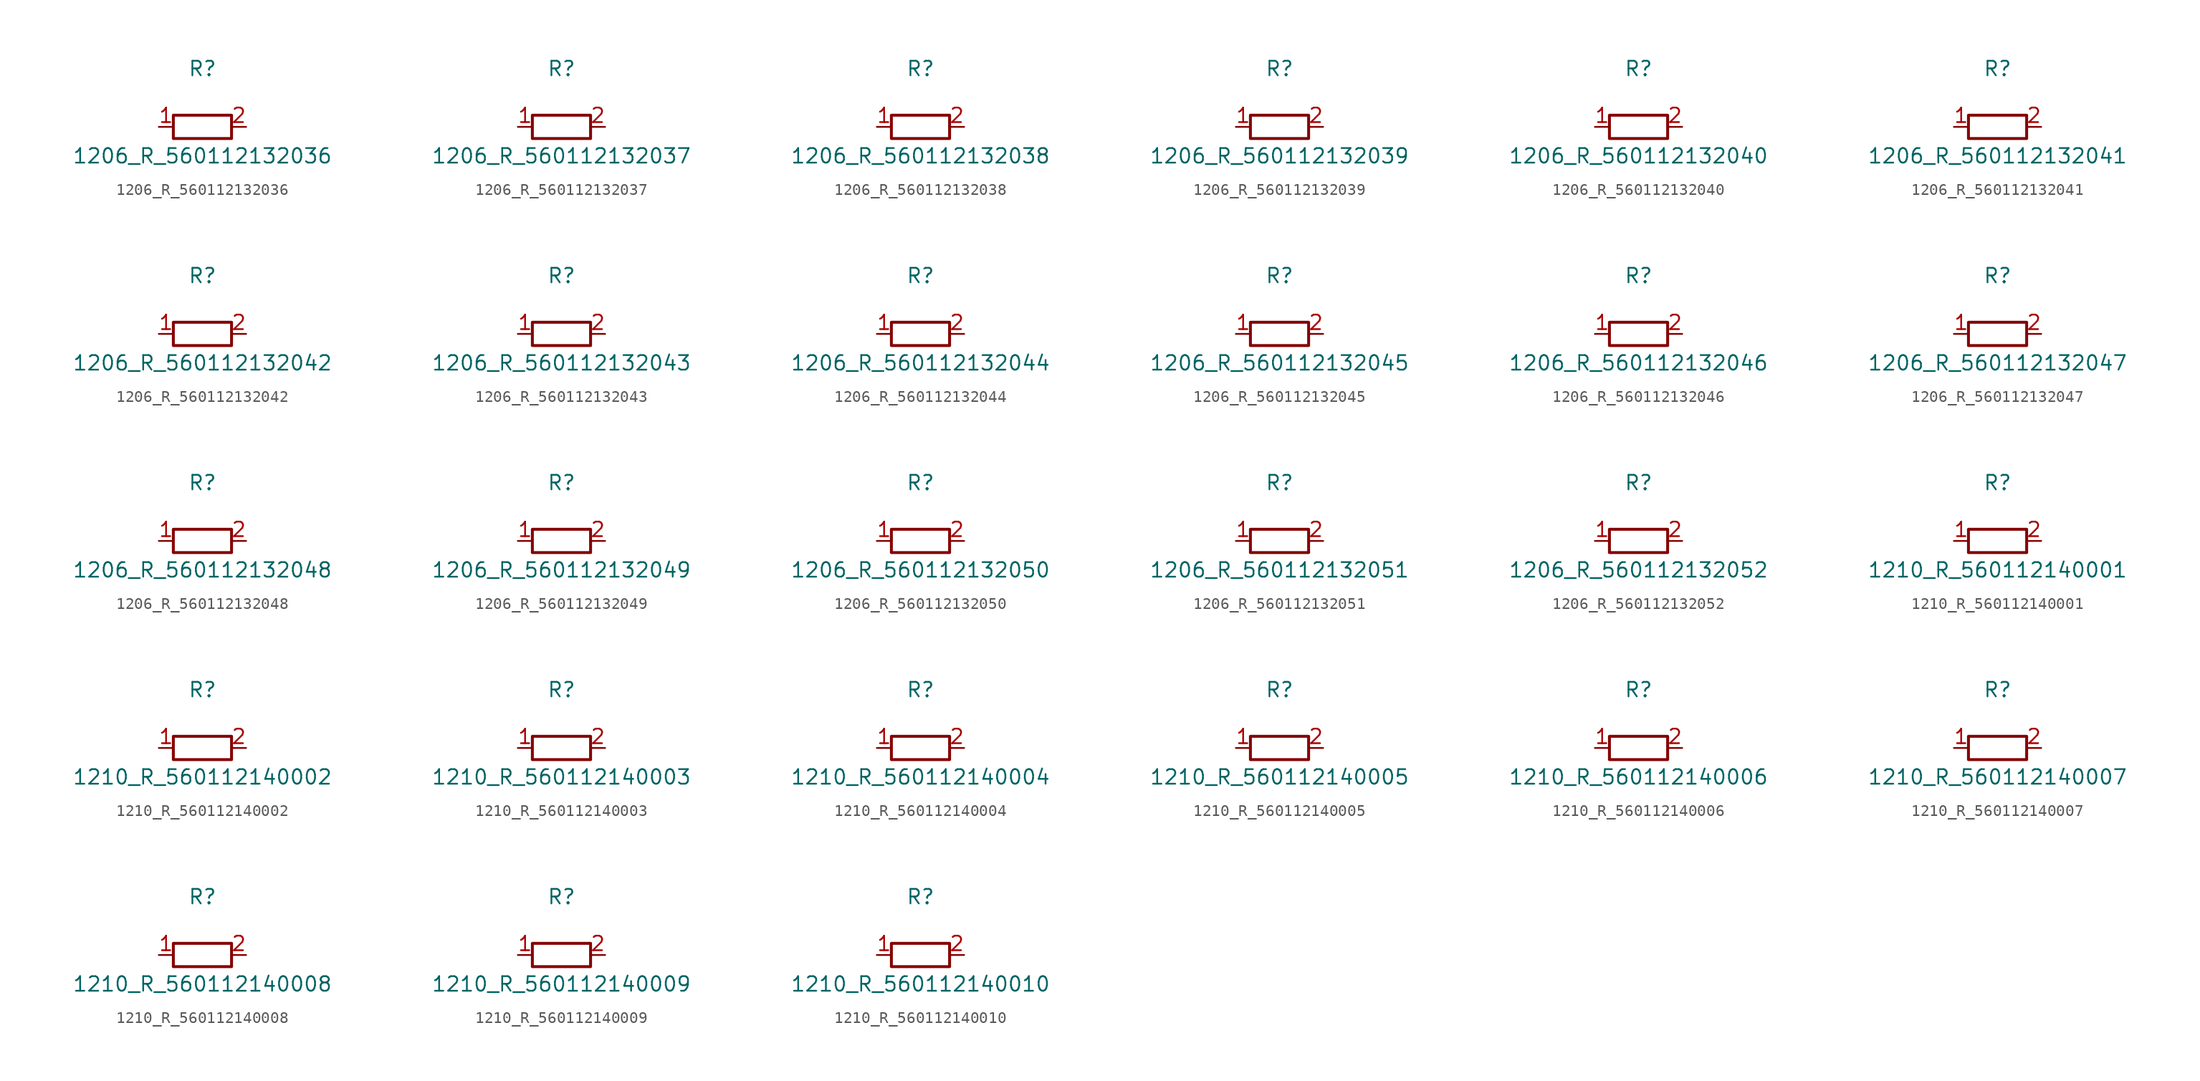
<source format=kicad_sym>
(kicad_symbol_lib
  (version 20220914)
  (generator kicad_symbol_editor)
  (symbol "1206_R_560112132036"
    (pin_names hide)
    (property "Reference" "R"
      (at 0 5.08 0)
      (effects (font (size 1.27 1.27))))
    (property "Value" "1206_R_560112132036"
      (at 0 -2.54 0)
      (effects (font (size 1.27 1.27))))
    (symbol "1206_R_560112132036_0_1"
      (rectangle (start -2.54 -1.016) (end 2.54 1.016) (stroke (width 0.254) (type default)) (fill (type none))))
    (symbol "1206_R_560112132036_1_1"
      (pin passive line (at -3.81 0 0) (length 1.27) (name "~" (effects (font (size 1.27 1.27)))) (number "1" (effects (font (size 1.27 1.27)))))
      (pin passive line (at 3.81 0 180) (length 1.27) (name "~" (effects (font (size 1.27 1.27)))) (number "2" (effects (font (size 1.27 1.27)))))))
  (symbol "1206_R_560112132037"
    (pin_names hide)
    (property "Reference" "R"
      (at 0 5.08 0)
      (effects (font (size 1.27 1.27))))
    (property "Value" "1206_R_560112132037"
      (at 0 -2.54 0)
      (effects (font (size 1.27 1.27))))
    (symbol "1206_R_560112132037_0_1"
      (rectangle (start -2.54 -1.016) (end 2.54 1.016) (stroke (width 0.254) (type default)) (fill (type none))))
    (symbol "1206_R_560112132037_1_1"
      (pin passive line (at -3.81 0 0) (length 1.27) (name "~" (effects (font (size 1.27 1.27)))) (number "1" (effects (font (size 1.27 1.27)))))
      (pin passive line (at 3.81 0 180) (length 1.27) (name "~" (effects (font (size 1.27 1.27)))) (number "2" (effects (font (size 1.27 1.27)))))))
  (symbol "1206_R_560112132038"
    (pin_names hide)
    (property "Reference" "R"
      (at 0 5.08 0)
      (effects (font (size 1.27 1.27))))
    (property "Value" "1206_R_560112132038"
      (at 0 -2.54 0)
      (effects (font (size 1.27 1.27))))
    (symbol "1206_R_560112132038_0_1"
      (rectangle (start -2.54 -1.016) (end 2.54 1.016) (stroke (width 0.254) (type default)) (fill (type none))))
    (symbol "1206_R_560112132038_1_1"
      (pin passive line (at -3.81 0 0) (length 1.27) (name "~" (effects (font (size 1.27 1.27)))) (number "1" (effects (font (size 1.27 1.27)))))
      (pin passive line (at 3.81 0 180) (length 1.27) (name "~" (effects (font (size 1.27 1.27)))) (number "2" (effects (font (size 1.27 1.27)))))))
  (symbol "1206_R_560112132039"
    (pin_names hide)
    (property "Reference" "R"
      (at 0 5.08 0)
      (effects (font (size 1.27 1.27))))
    (property "Value" "1206_R_560112132039"
      (at 0 -2.54 0)
      (effects (font (size 1.27 1.27))))
    (symbol "1206_R_560112132039_0_1"
      (rectangle (start -2.54 -1.016) (end 2.54 1.016) (stroke (width 0.254) (type default)) (fill (type none))))
    (symbol "1206_R_560112132039_1_1"
      (pin passive line (at -3.81 0 0) (length 1.27) (name "~" (effects (font (size 1.27 1.27)))) (number "1" (effects (font (size 1.27 1.27)))))
      (pin passive line (at 3.81 0 180) (length 1.27) (name "~" (effects (font (size 1.27 1.27)))) (number "2" (effects (font (size 1.27 1.27)))))))
  (symbol "1206_R_560112132040"
    (pin_names hide)
    (property "Reference" "R"
      (at 0 5.08 0)
      (effects (font (size 1.27 1.27))))
    (property "Value" "1206_R_560112132040"
      (at 0 -2.54 0)
      (effects (font (size 1.27 1.27))))
    (symbol "1206_R_560112132040_0_1"
      (rectangle (start -2.54 -1.016) (end 2.54 1.016) (stroke (width 0.254) (type default)) (fill (type none))))
    (symbol "1206_R_560112132040_1_1"
      (pin passive line (at -3.81 0 0) (length 1.27) (name "~" (effects (font (size 1.27 1.27)))) (number "1" (effects (font (size 1.27 1.27)))))
      (pin passive line (at 3.81 0 180) (length 1.27) (name "~" (effects (font (size 1.27 1.27)))) (number "2" (effects (font (size 1.27 1.27)))))))
  (symbol "1206_R_560112132041"
    (pin_names hide)
    (property "Reference" "R"
      (at 0 5.08 0)
      (effects (font (size 1.27 1.27))))
    (property "Value" "1206_R_560112132041"
      (at 0 -2.54 0)
      (effects (font (size 1.27 1.27))))
    (symbol "1206_R_560112132041_0_1"
      (rectangle (start -2.54 -1.016) (end 2.54 1.016) (stroke (width 0.254) (type default)) (fill (type none))))
    (symbol "1206_R_560112132041_1_1"
      (pin passive line (at -3.81 0 0) (length 1.27) (name "~" (effects (font (size 1.27 1.27)))) (number "1" (effects (font (size 1.27 1.27)))))
      (pin passive line (at 3.81 0 180) (length 1.27) (name "~" (effects (font (size 1.27 1.27)))) (number "2" (effects (font (size 1.27 1.27)))))))
  (symbol "1206_R_560112132042"
    (pin_names hide)
    (property "Reference" "R"
      (at 0 5.08 0)
      (effects (font (size 1.27 1.27))))
    (property "Value" "1206_R_560112132042"
      (at 0 -2.54 0)
      (effects (font (size 1.27 1.27))))
    (symbol "1206_R_560112132042_0_1"
      (rectangle (start -2.54 -1.016) (end 2.54 1.016) (stroke (width 0.254) (type default)) (fill (type none))))
    (symbol "1206_R_560112132042_1_1"
      (pin passive line (at -3.81 0 0) (length 1.27) (name "~" (effects (font (size 1.27 1.27)))) (number "1" (effects (font (size 1.27 1.27)))))
      (pin passive line (at 3.81 0 180) (length 1.27) (name "~" (effects (font (size 1.27 1.27)))) (number "2" (effects (font (size 1.27 1.27)))))))
  (symbol "1206_R_560112132043"
    (pin_names hide)
    (property "Reference" "R"
      (at 0 5.08 0)
      (effects (font (size 1.27 1.27))))
    (property "Value" "1206_R_560112132043"
      (at 0 -2.54 0)
      (effects (font (size 1.27 1.27))))
    (symbol "1206_R_560112132043_0_1"
      (rectangle (start -2.54 -1.016) (end 2.54 1.016) (stroke (width 0.254) (type default)) (fill (type none))))
    (symbol "1206_R_560112132043_1_1"
      (pin passive line (at -3.81 0 0) (length 1.27) (name "~" (effects (font (size 1.27 1.27)))) (number "1" (effects (font (size 1.27 1.27)))))
      (pin passive line (at 3.81 0 180) (length 1.27) (name "~" (effects (font (size 1.27 1.27)))) (number "2" (effects (font (size 1.27 1.27)))))))
  (symbol "1206_R_560112132044"
    (pin_names hide)
    (property "Reference" "R"
      (at 0 5.08 0)
      (effects (font (size 1.27 1.27))))
    (property "Value" "1206_R_560112132044"
      (at 0 -2.54 0)
      (effects (font (size 1.27 1.27))))
    (symbol "1206_R_560112132044_0_1"
      (rectangle (start -2.54 -1.016) (end 2.54 1.016) (stroke (width 0.254) (type default)) (fill (type none))))
    (symbol "1206_R_560112132044_1_1"
      (pin passive line (at -3.81 0 0) (length 1.27) (name "~" (effects (font (size 1.27 1.27)))) (number "1" (effects (font (size 1.27 1.27)))))
      (pin passive line (at 3.81 0 180) (length 1.27) (name "~" (effects (font (size 1.27 1.27)))) (number "2" (effects (font (size 1.27 1.27)))))))
  (symbol "1206_R_560112132045"
    (pin_names hide)
    (property "Reference" "R"
      (at 0 5.08 0)
      (effects (font (size 1.27 1.27))))
    (property "Value" "1206_R_560112132045"
      (at 0 -2.54 0)
      (effects (font (size 1.27 1.27))))
    (symbol "1206_R_560112132045_0_1"
      (rectangle (start -2.54 -1.016) (end 2.54 1.016) (stroke (width 0.254) (type default)) (fill (type none))))
    (symbol "1206_R_560112132045_1_1"
      (pin passive line (at -3.81 0 0) (length 1.27) (name "~" (effects (font (size 1.27 1.27)))) (number "1" (effects (font (size 1.27 1.27)))))
      (pin passive line (at 3.81 0 180) (length 1.27) (name "~" (effects (font (size 1.27 1.27)))) (number "2" (effects (font (size 1.27 1.27)))))))
  (symbol "1206_R_560112132046"
    (pin_names hide)
    (property "Reference" "R"
      (at 0 5.08 0)
      (effects (font (size 1.27 1.27))))
    (property "Value" "1206_R_560112132046"
      (at 0 -2.54 0)
      (effects (font (size 1.27 1.27))))
    (symbol "1206_R_560112132046_0_1"
      (rectangle (start -2.54 -1.016) (end 2.54 1.016) (stroke (width 0.254) (type default)) (fill (type none))))
    (symbol "1206_R_560112132046_1_1"
      (pin passive line (at -3.81 0 0) (length 1.27) (name "~" (effects (font (size 1.27 1.27)))) (number "1" (effects (font (size 1.27 1.27)))))
      (pin passive line (at 3.81 0 180) (length 1.27) (name "~" (effects (font (size 1.27 1.27)))) (number "2" (effects (font (size 1.27 1.27)))))))
  (symbol "1206_R_560112132047"
    (pin_names hide)
    (property "Reference" "R"
      (at 0 5.08 0)
      (effects (font (size 1.27 1.27))))
    (property "Value" "1206_R_560112132047"
      (at 0 -2.54 0)
      (effects (font (size 1.27 1.27))))
    (symbol "1206_R_560112132047_0_1"
      (rectangle (start -2.54 -1.016) (end 2.54 1.016) (stroke (width 0.254) (type default)) (fill (type none))))
    (symbol "1206_R_560112132047_1_1"
      (pin passive line (at -3.81 0 0) (length 1.27) (name "~" (effects (font (size 1.27 1.27)))) (number "1" (effects (font (size 1.27 1.27)))))
      (pin passive line (at 3.81 0 180) (length 1.27) (name "~" (effects (font (size 1.27 1.27)))) (number "2" (effects (font (size 1.27 1.27)))))))
  (symbol "1206_R_560112132048"
    (pin_names hide)
    (property "Reference" "R"
      (at 0 5.08 0)
      (effects (font (size 1.27 1.27))))
    (property "Value" "1206_R_560112132048"
      (at 0 -2.54 0)
      (effects (font (size 1.27 1.27))))
    (symbol "1206_R_560112132048_0_1"
      (rectangle (start -2.54 -1.016) (end 2.54 1.016) (stroke (width 0.254) (type default)) (fill (type none))))
    (symbol "1206_R_560112132048_1_1"
      (pin passive line (at -3.81 0 0) (length 1.27) (name "~" (effects (font (size 1.27 1.27)))) (number "1" (effects (font (size 1.27 1.27)))))
      (pin passive line (at 3.81 0 180) (length 1.27) (name "~" (effects (font (size 1.27 1.27)))) (number "2" (effects (font (size 1.27 1.27)))))))
  (symbol "1206_R_560112132049"
    (pin_names hide)
    (property "Reference" "R"
      (at 0 5.08 0)
      (effects (font (size 1.27 1.27))))
    (property "Value" "1206_R_560112132049"
      (at 0 -2.54 0)
      (effects (font (size 1.27 1.27))))
    (symbol "1206_R_560112132049_0_1"
      (rectangle (start -2.54 -1.016) (end 2.54 1.016) (stroke (width 0.254) (type default)) (fill (type none))))
    (symbol "1206_R_560112132049_1_1"
      (pin passive line (at -3.81 0 0) (length 1.27) (name "~" (effects (font (size 1.27 1.27)))) (number "1" (effects (font (size 1.27 1.27)))))
      (pin passive line (at 3.81 0 180) (length 1.27) (name "~" (effects (font (size 1.27 1.27)))) (number "2" (effects (font (size 1.27 1.27)))))))
  (symbol "1206_R_560112132050"
    (pin_names hide)
    (property "Reference" "R"
      (at 0 5.08 0)
      (effects (font (size 1.27 1.27))))
    (property "Value" "1206_R_560112132050"
      (at 0 -2.54 0)
      (effects (font (size 1.27 1.27))))
    (symbol "1206_R_560112132050_0_1"
      (rectangle (start -2.54 -1.016) (end 2.54 1.016) (stroke (width 0.254) (type default)) (fill (type none))))
    (symbol "1206_R_560112132050_1_1"
      (pin passive line (at -3.81 0 0) (length 1.27) (name "~" (effects (font (size 1.27 1.27)))) (number "1" (effects (font (size 1.27 1.27)))))
      (pin passive line (at 3.81 0 180) (length 1.27) (name "~" (effects (font (size 1.27 1.27)))) (number "2" (effects (font (size 1.27 1.27)))))))
  (symbol "1206_R_560112132051"
    (pin_names hide)
    (property "Reference" "R"
      (at 0 5.08 0)
      (effects (font (size 1.27 1.27))))
    (property "Value" "1206_R_560112132051"
      (at 0 -2.54 0)
      (effects (font (size 1.27 1.27))))
    (symbol "1206_R_560112132051_0_1"
      (rectangle (start -2.54 -1.016) (end 2.54 1.016) (stroke (width 0.254) (type default)) (fill (type none))))
    (symbol "1206_R_560112132051_1_1"
      (pin passive line (at -3.81 0 0) (length 1.27) (name "~" (effects (font (size 1.27 1.27)))) (number "1" (effects (font (size 1.27 1.27)))))
      (pin passive line (at 3.81 0 180) (length 1.27) (name "~" (effects (font (size 1.27 1.27)))) (number "2" (effects (font (size 1.27 1.27)))))))
  (symbol "1206_R_560112132052"
    (pin_names hide)
    (property "Reference" "R"
      (at 0 5.08 0)
      (effects (font (size 1.27 1.27))))
    (property "Value" "1206_R_560112132052"
      (at 0 -2.54 0)
      (effects (font (size 1.27 1.27))))
    (symbol "1206_R_560112132052_0_1"
      (rectangle (start -2.54 -1.016) (end 2.54 1.016) (stroke (width 0.254) (type default)) (fill (type none))))
    (symbol "1206_R_560112132052_1_1"
      (pin passive line (at -3.81 0 0) (length 1.27) (name "~" (effects (font (size 1.27 1.27)))) (number "1" (effects (font (size 1.27 1.27)))))
      (pin passive line (at 3.81 0 180) (length 1.27) (name "~" (effects (font (size 1.27 1.27)))) (number "2" (effects (font (size 1.27 1.27)))))))
  (symbol "1210_R_560112140001"
    (pin_names hide)
    (property "Reference" "R"
      (at 0 5.08 0)
      (effects (font (size 1.27 1.27))))
    (property "Value" "1210_R_560112140001"
      (at 0 -2.54 0)
      (effects (font (size 1.27 1.27))))
    (symbol "1210_R_560112140001_0_1"
      (rectangle (start -2.54 -1.016) (end 2.54 1.016) (stroke (width 0.254) (type default)) (fill (type none))))
    (symbol "1210_R_560112140001_1_1"
      (pin passive line (at -3.81 0 0) (length 1.27) (name "~" (effects (font (size 1.27 1.27)))) (number "1" (effects (font (size 1.27 1.27)))))
      (pin passive line (at 3.81 0 180) (length 1.27) (name "~" (effects (font (size 1.27 1.27)))) (number "2" (effects (font (size 1.27 1.27)))))))
  (symbol "1210_R_560112140002"
    (pin_names hide)
    (property "Reference" "R"
      (at 0 5.08 0)
      (effects (font (size 1.27 1.27))))
    (property "Value" "1210_R_560112140002"
      (at 0 -2.54 0)
      (effects (font (size 1.27 1.27))))
    (symbol "1210_R_560112140002_0_1"
      (rectangle (start -2.54 -1.016) (end 2.54 1.016) (stroke (width 0.254) (type default)) (fill (type none))))
    (symbol "1210_R_560112140002_1_1"
      (pin passive line (at -3.81 0 0) (length 1.27) (name "~" (effects (font (size 1.27 1.27)))) (number "1" (effects (font (size 1.27 1.27)))))
      (pin passive line (at 3.81 0 180) (length 1.27) (name "~" (effects (font (size 1.27 1.27)))) (number "2" (effects (font (size 1.27 1.27)))))))
  (symbol "1210_R_560112140003"
    (pin_names hide)
    (property "Reference" "R"
      (at 0 5.08 0)
      (effects (font (size 1.27 1.27))))
    (property "Value" "1210_R_560112140003"
      (at 0 -2.54 0)
      (effects (font (size 1.27 1.27))))
    (symbol "1210_R_560112140003_0_1"
      (rectangle (start -2.54 -1.016) (end 2.54 1.016) (stroke (width 0.254) (type default)) (fill (type none))))
    (symbol "1210_R_560112140003_1_1"
      (pin passive line (at -3.81 0 0) (length 1.27) (name "~" (effects (font (size 1.27 1.27)))) (number "1" (effects (font (size 1.27 1.27)))))
      (pin passive line (at 3.81 0 180) (length 1.27) (name "~" (effects (font (size 1.27 1.27)))) (number "2" (effects (font (size 1.27 1.27)))))))
  (symbol "1210_R_560112140004"
    (pin_names hide)
    (property "Reference" "R"
      (at 0 5.08 0)
      (effects (font (size 1.27 1.27))))
    (property "Value" "1210_R_560112140004"
      (at 0 -2.54 0)
      (effects (font (size 1.27 1.27))))
    (symbol "1210_R_560112140004_0_1"
      (rectangle (start -2.54 -1.016) (end 2.54 1.016) (stroke (width 0.254) (type default)) (fill (type none))))
    (symbol "1210_R_560112140004_1_1"
      (pin passive line (at -3.81 0 0) (length 1.27) (name "~" (effects (font (size 1.27 1.27)))) (number "1" (effects (font (size 1.27 1.27)))))
      (pin passive line (at 3.81 0 180) (length 1.27) (name "~" (effects (font (size 1.27 1.27)))) (number "2" (effects (font (size 1.27 1.27)))))))
  (symbol "1210_R_560112140005"
    (pin_names hide)
    (property "Reference" "R"
      (at 0 5.08 0)
      (effects (font (size 1.27 1.27))))
    (property "Value" "1210_R_560112140005"
      (at 0 -2.54 0)
      (effects (font (size 1.27 1.27))))
    (symbol "1210_R_560112140005_0_1"
      (rectangle (start -2.54 -1.016) (end 2.54 1.016) (stroke (width 0.254) (type default)) (fill (type none))))
    (symbol "1210_R_560112140005_1_1"
      (pin passive line (at -3.81 0 0) (length 1.27) (name "~" (effects (font (size 1.27 1.27)))) (number "1" (effects (font (size 1.27 1.27)))))
      (pin passive line (at 3.81 0 180) (length 1.27) (name "~" (effects (font (size 1.27 1.27)))) (number "2" (effects (font (size 1.27 1.27)))))))
  (symbol "1210_R_560112140006"
    (pin_names hide)
    (property "Reference" "R"
      (at 0 5.08 0)
      (effects (font (size 1.27 1.27))))
    (property "Value" "1210_R_560112140006"
      (at 0 -2.54 0)
      (effects (font (size 1.27 1.27))))
    (symbol "1210_R_560112140006_0_1"
      (rectangle (start -2.54 -1.016) (end 2.54 1.016) (stroke (width 0.254) (type default)) (fill (type none))))
    (symbol "1210_R_560112140006_1_1"
      (pin passive line (at -3.81 0 0) (length 1.27) (name "~" (effects (font (size 1.27 1.27)))) (number "1" (effects (font (size 1.27 1.27)))))
      (pin passive line (at 3.81 0 180) (length 1.27) (name "~" (effects (font (size 1.27 1.27)))) (number "2" (effects (font (size 1.27 1.27)))))))
  (symbol "1210_R_560112140007"
    (pin_names hide)
    (property "Reference" "R"
      (at 0 5.08 0)
      (effects (font (size 1.27 1.27))))
    (property "Value" "1210_R_560112140007"
      (at 0 -2.54 0)
      (effects (font (size 1.27 1.27))))
    (symbol "1210_R_560112140007_0_1"
      (rectangle (start -2.54 -1.016) (end 2.54 1.016) (stroke (width 0.254) (type default)) (fill (type none))))
    (symbol "1210_R_560112140007_1_1"
      (pin passive line (at -3.81 0 0) (length 1.27) (name "~" (effects (font (size 1.27 1.27)))) (number "1" (effects (font (size 1.27 1.27)))))
      (pin passive line (at 3.81 0 180) (length 1.27) (name "~" (effects (font (size 1.27 1.27)))) (number "2" (effects (font (size 1.27 1.27)))))))
  (symbol "1210_R_560112140008"
    (pin_names hide)
    (property "Reference" "R"
      (at 0 5.08 0)
      (effects (font (size 1.27 1.27))))
    (property "Value" "1210_R_560112140008"
      (at 0 -2.54 0)
      (effects (font (size 1.27 1.27))))
    (symbol "1210_R_560112140008_0_1"
      (rectangle (start -2.54 -1.016) (end 2.54 1.016) (stroke (width 0.254) (type default)) (fill (type none))))
    (symbol "1210_R_560112140008_1_1"
      (pin passive line (at -3.81 0 0) (length 1.27) (name "~" (effects (font (size 1.27 1.27)))) (number "1" (effects (font (size 1.27 1.27)))))
      (pin passive line (at 3.81 0 180) (length 1.27) (name "~" (effects (font (size 1.27 1.27)))) (number "2" (effects (font (size 1.27 1.27)))))))
  (symbol "1210_R_560112140009"
    (pin_names hide)
    (property "Reference" "R"
      (at 0 5.08 0)
      (effects (font (size 1.27 1.27))))
    (property "Value" "1210_R_560112140009"
      (at 0 -2.54 0)
      (effects (font (size 1.27 1.27))))
    (symbol "1210_R_560112140009_0_1"
      (rectangle (start -2.54 -1.016) (end 2.54 1.016) (stroke (width 0.254) (type default)) (fill (type none))))
    (symbol "1210_R_560112140009_1_1"
      (pin passive line (at -3.81 0 0) (length 1.27) (name "~" (effects (font (size 1.27 1.27)))) (number "1" (effects (font (size 1.27 1.27)))))
      (pin passive line (at 3.81 0 180) (length 1.27) (name "~" (effects (font (size 1.27 1.27)))) (number "2" (effects (font (size 1.27 1.27)))))))
  (symbol "1210_R_560112140010"
    (pin_names hide)
    (property "Reference" "R"
      (at 0 5.08 0)
      (effects (font (size 1.27 1.27))))
    (property "Value" "1210_R_560112140010"
      (at 0 -2.54 0)
      (effects (font (size 1.27 1.27))))
    (symbol "1210_R_560112140010_0_1"
      (rectangle (start -2.54 -1.016) (end 2.54 1.016) (stroke (width 0.254) (type default)) (fill (type none))))
    (symbol "1210_R_560112140010_1_1"
      (pin passive line (at -3.81 0 0) (length 1.27) (name "~" (effects (font (size 1.27 1.27)))) (number "1" (effects (font (size 1.27 1.27)))))
      (pin passive line (at 3.81 0 180) (length 1.27) (name "~" (effects (font (size 1.27 1.27)))) (number "2" (effects (font (size 1.27 1.27))))))))
</source>
